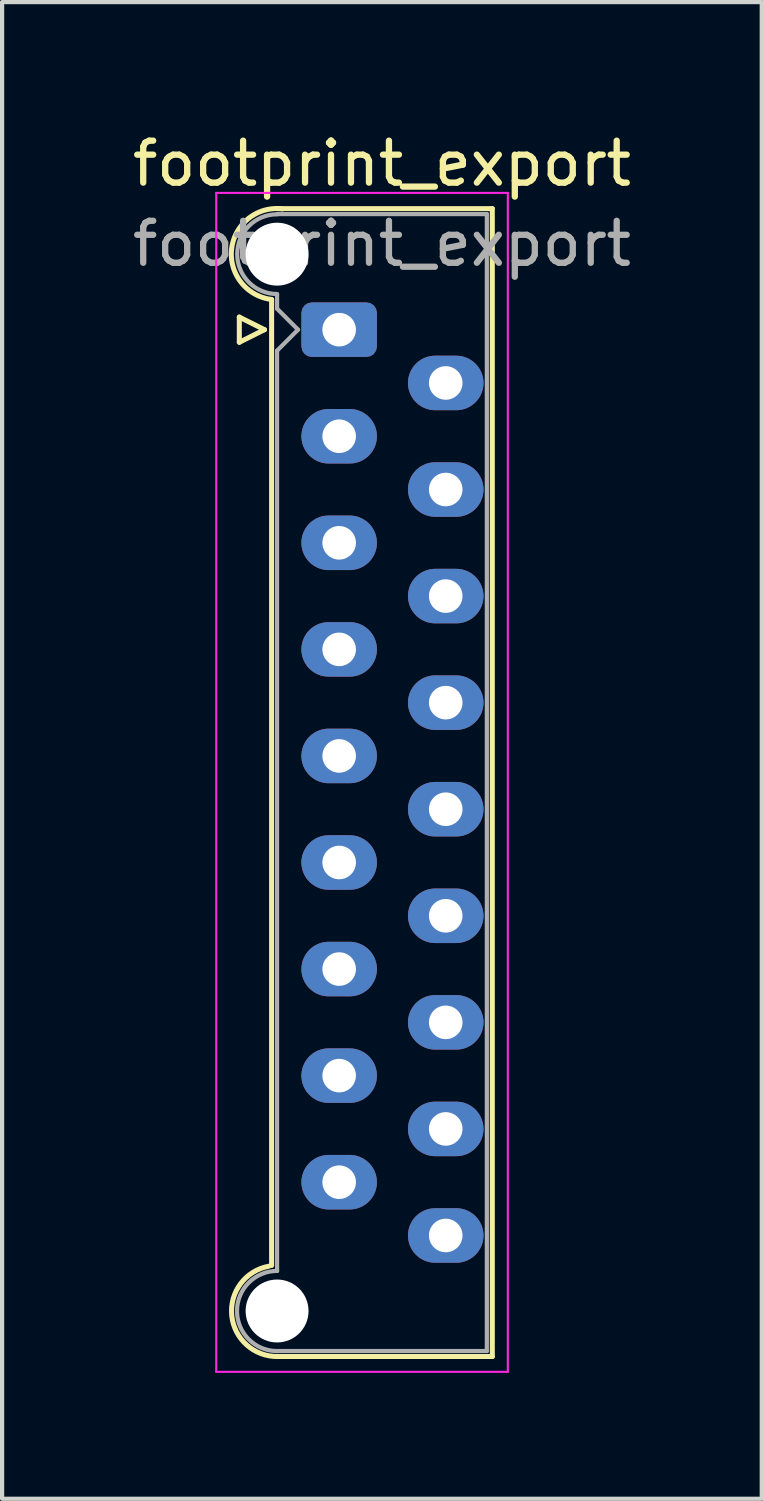
<source format=kicad_pcb>
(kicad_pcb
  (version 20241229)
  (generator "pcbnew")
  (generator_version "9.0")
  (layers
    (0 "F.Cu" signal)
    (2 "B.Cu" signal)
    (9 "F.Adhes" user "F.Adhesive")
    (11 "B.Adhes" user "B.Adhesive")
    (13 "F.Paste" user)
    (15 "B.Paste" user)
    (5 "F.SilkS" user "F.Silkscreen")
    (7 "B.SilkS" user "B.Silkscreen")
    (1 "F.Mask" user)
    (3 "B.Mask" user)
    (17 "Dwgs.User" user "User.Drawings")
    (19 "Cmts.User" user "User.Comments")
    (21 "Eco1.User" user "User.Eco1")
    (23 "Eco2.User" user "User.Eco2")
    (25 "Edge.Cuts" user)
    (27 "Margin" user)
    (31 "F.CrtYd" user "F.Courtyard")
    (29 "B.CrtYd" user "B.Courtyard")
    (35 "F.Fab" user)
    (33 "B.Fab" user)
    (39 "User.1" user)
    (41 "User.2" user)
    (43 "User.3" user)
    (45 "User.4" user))
  (footprint "footprint_export"
    (layer "F.Cu")
    (at 5.034 4.808)
    (property "Reference" "footprint_export" (at 1.02 -3.96 0) (layer "F.SilkS") (effects (font (size 1 1) (thickness 0.15))))
    (attr through_hole)
    (fp_line (start -2.38 -0.3) (end -2.38 0.3) (stroke (width 0.12) (type solid)) (layer "F.SilkS"))
    (fp_line (start -2.38 0.3) (end -1.78 0) (stroke (width 0.12) (type solid)) (layer "F.SilkS"))
    (fp_line (start -1.78 0) (end -2.38 -0.3) (stroke (width 0.12) (type solid)) (layer "F.SilkS"))
    (fp_line (start -1.61 -0.715) (end -1.61 22.305) (stroke (width 0.12) (type solid)) (layer "F.SilkS"))
    (fp_line (start -1.48 -2.885) (end 3.65 -2.885) (stroke (width 0.12) (type solid)) (layer "F.SilkS"))
    (fp_line (start 3.65 -2.885) (end 3.65 24.475) (stroke (width 0.12) (type solid)) (layer "F.SilkS"))
    (fp_line (start 3.65 24.475) (end -1.48 24.475) (stroke (width 0.12) (type solid)) (layer "F.SilkS"))
    (fp_arc (start -1.61 -0.72) (mid -2.56 -1.93) (end -1.35 -2.88) (stroke (width 0.12) (type solid)) (layer "F.SilkS"))
    (fp_arc (start -1.47 24.475) (mid -2.56 23.494526) (end -1.678256 22.32322) (stroke (width 0.12) (type solid)) (layer "F.SilkS"))
    (fp_line (start -2.93 -3.26) (end -2.93 24.84) (stroke (width 0.05) (type solid)) (layer "F.CrtYd"))
    (fp_line (start -2.93 24.84) (end 4.02 24.84) (stroke (width 0.05) (type solid)) (layer "F.CrtYd"))
    (fp_line (start 4.02 -3.26) (end -2.93 -3.26) (stroke (width 0.05) (type solid)) (layer "F.CrtYd"))
    (fp_line (start 4.02 24.84) (end 4.02 -3.26) (stroke (width 0.05) (type solid)) (layer "F.CrtYd"))
    (fp_line (start -1.48 -2.755) (end 3.52 -2.755) (stroke (width 0.1) (type solid)) (layer "F.Fab"))
    (fp_line (start -1.48 -0.845) (end -1.48 -0.5) (stroke (width 0.1) (type solid)) (layer "F.Fab"))
    (fp_line (start -1.48 -0.5) (end -0.98 0) (stroke (width 0.1) (type solid)) (layer "F.Fab"))
    (fp_line (start -1.48 0.5) (end -1.48 22.435) (stroke (width 0.1) (type solid)) (layer "F.Fab"))
    (fp_line (start -0.98 0) (end -1.48 0.5) (stroke (width 0.1) (type solid)) (layer "F.Fab"))
    (fp_line (start 3.52 -2.755) (end 3.52 24.345) (stroke (width 0.1) (type solid)) (layer "F.Fab"))
    (fp_line (start 3.52 24.345) (end -1.48 24.345) (stroke (width 0.1) (type solid)) (layer "F.Fab"))
    (fp_arc (start -1.48 -0.85) (mid -2.43 -1.8) (end -1.48 -2.75) (stroke (width 0.1) (type solid)) (layer "F.Fab"))
    (fp_arc (start -1.48 24.345) (mid -2.435 23.39) (end -1.48 22.435) (stroke (width 0.1) (type solid)) (layer "F.Fab"))
    (fp_text user "${REFERENCE}" (at 1.02 -2.05 0) (layer "F.Fab") (effects (font (size 1 1) (thickness 0.15))))
    (pad "" np_thru_hole circle (at -1.48 -1.8) (size 1.5 1.5) (drill 1.5) (layers "*.Cu" "*.Mask"))
    (pad "" np_thru_hole circle (at -1.48 23.39) (size 1.5 1.5) (drill 1.5) (layers "*.Cu" "*.Mask"))
    (pad "1" thru_hole roundrect (at 0 0) (size 1.8 1.3) (drill 0.8) (layers "*.Cu" "*.Mask") (roundrect_rratio 0.192))
    (pad "2" thru_hole oval (at 2.54 1.27) (size 1.8 1.3) (drill 0.8) (layers "*.Cu" "*.Mask"))
    (pad "3" thru_hole oval (at 0 2.54) (size 1.8 1.3) (drill 0.8) (layers "*.Cu" "*.Mask"))
    (pad "4" thru_hole oval (at 2.54 3.81) (size 1.8 1.3) (drill 0.8) (layers "*.Cu" "*.Mask"))
    (pad "5" thru_hole oval (at 0 5.08) (size 1.8 1.3) (drill 0.8) (layers "*.Cu" "*.Mask"))
    (pad "6" thru_hole oval (at 2.54 6.35) (size 1.8 1.3) (drill 0.8) (layers "*.Cu" "*.Mask"))
    (pad "7" thru_hole oval (at 0 7.62) (size 1.8 1.3) (drill 0.8) (layers "*.Cu" "*.Mask"))
    (pad "8" thru_hole oval (at 2.54 8.89) (size 1.8 1.3) (drill 0.8) (layers "*.Cu" "*.Mask"))
    (pad "9" thru_hole oval (at 0 10.16) (size 1.8 1.3) (drill 0.8) (layers "*.Cu" "*.Mask"))
    (pad "10" thru_hole oval (at 2.54 11.43) (size 1.8 1.3) (drill 0.8) (layers "*.Cu" "*.Mask"))
    (pad "11" thru_hole oval (at 0 12.7) (size 1.8 1.3) (drill 0.8) (layers "*.Cu" "*.Mask"))
    (pad "12" thru_hole oval (at 2.54 13.97) (size 1.8 1.3) (drill 0.8) (layers "*.Cu" "*.Mask"))
    (pad "13" thru_hole oval (at 0 15.24) (size 1.8 1.3) (drill 0.8) (layers "*.Cu" "*.Mask"))
    (pad "14" thru_hole oval (at 2.54 16.51) (size 1.8 1.3) (drill 0.8) (layers "*.Cu" "*.Mask"))
    (pad "15" thru_hole oval (at 0 17.78) (size 1.8 1.3) (drill 0.8) (layers "*.Cu" "*.Mask"))
    (pad "16" thru_hole oval (at 2.54 19.05) (size 1.8 1.3) (drill 0.8) (layers "*.Cu" "*.Mask"))
    (pad "17" thru_hole oval (at 0 20.32) (size 1.8 1.3) (drill 0.8) (layers "*.Cu" "*.Mask"))
    (pad "18" thru_hole oval (at 2.54 21.59) (size 1.8 1.3) (drill 0.8) (layers "*.Cu" "*.Mask")))
  (gr_rect
    (start -3 -3)
    (end 15.107 32.673)
    (stroke (width 0.1) (type default))
    (fill no)
    (layer "Edge.Cuts")))
</source>
